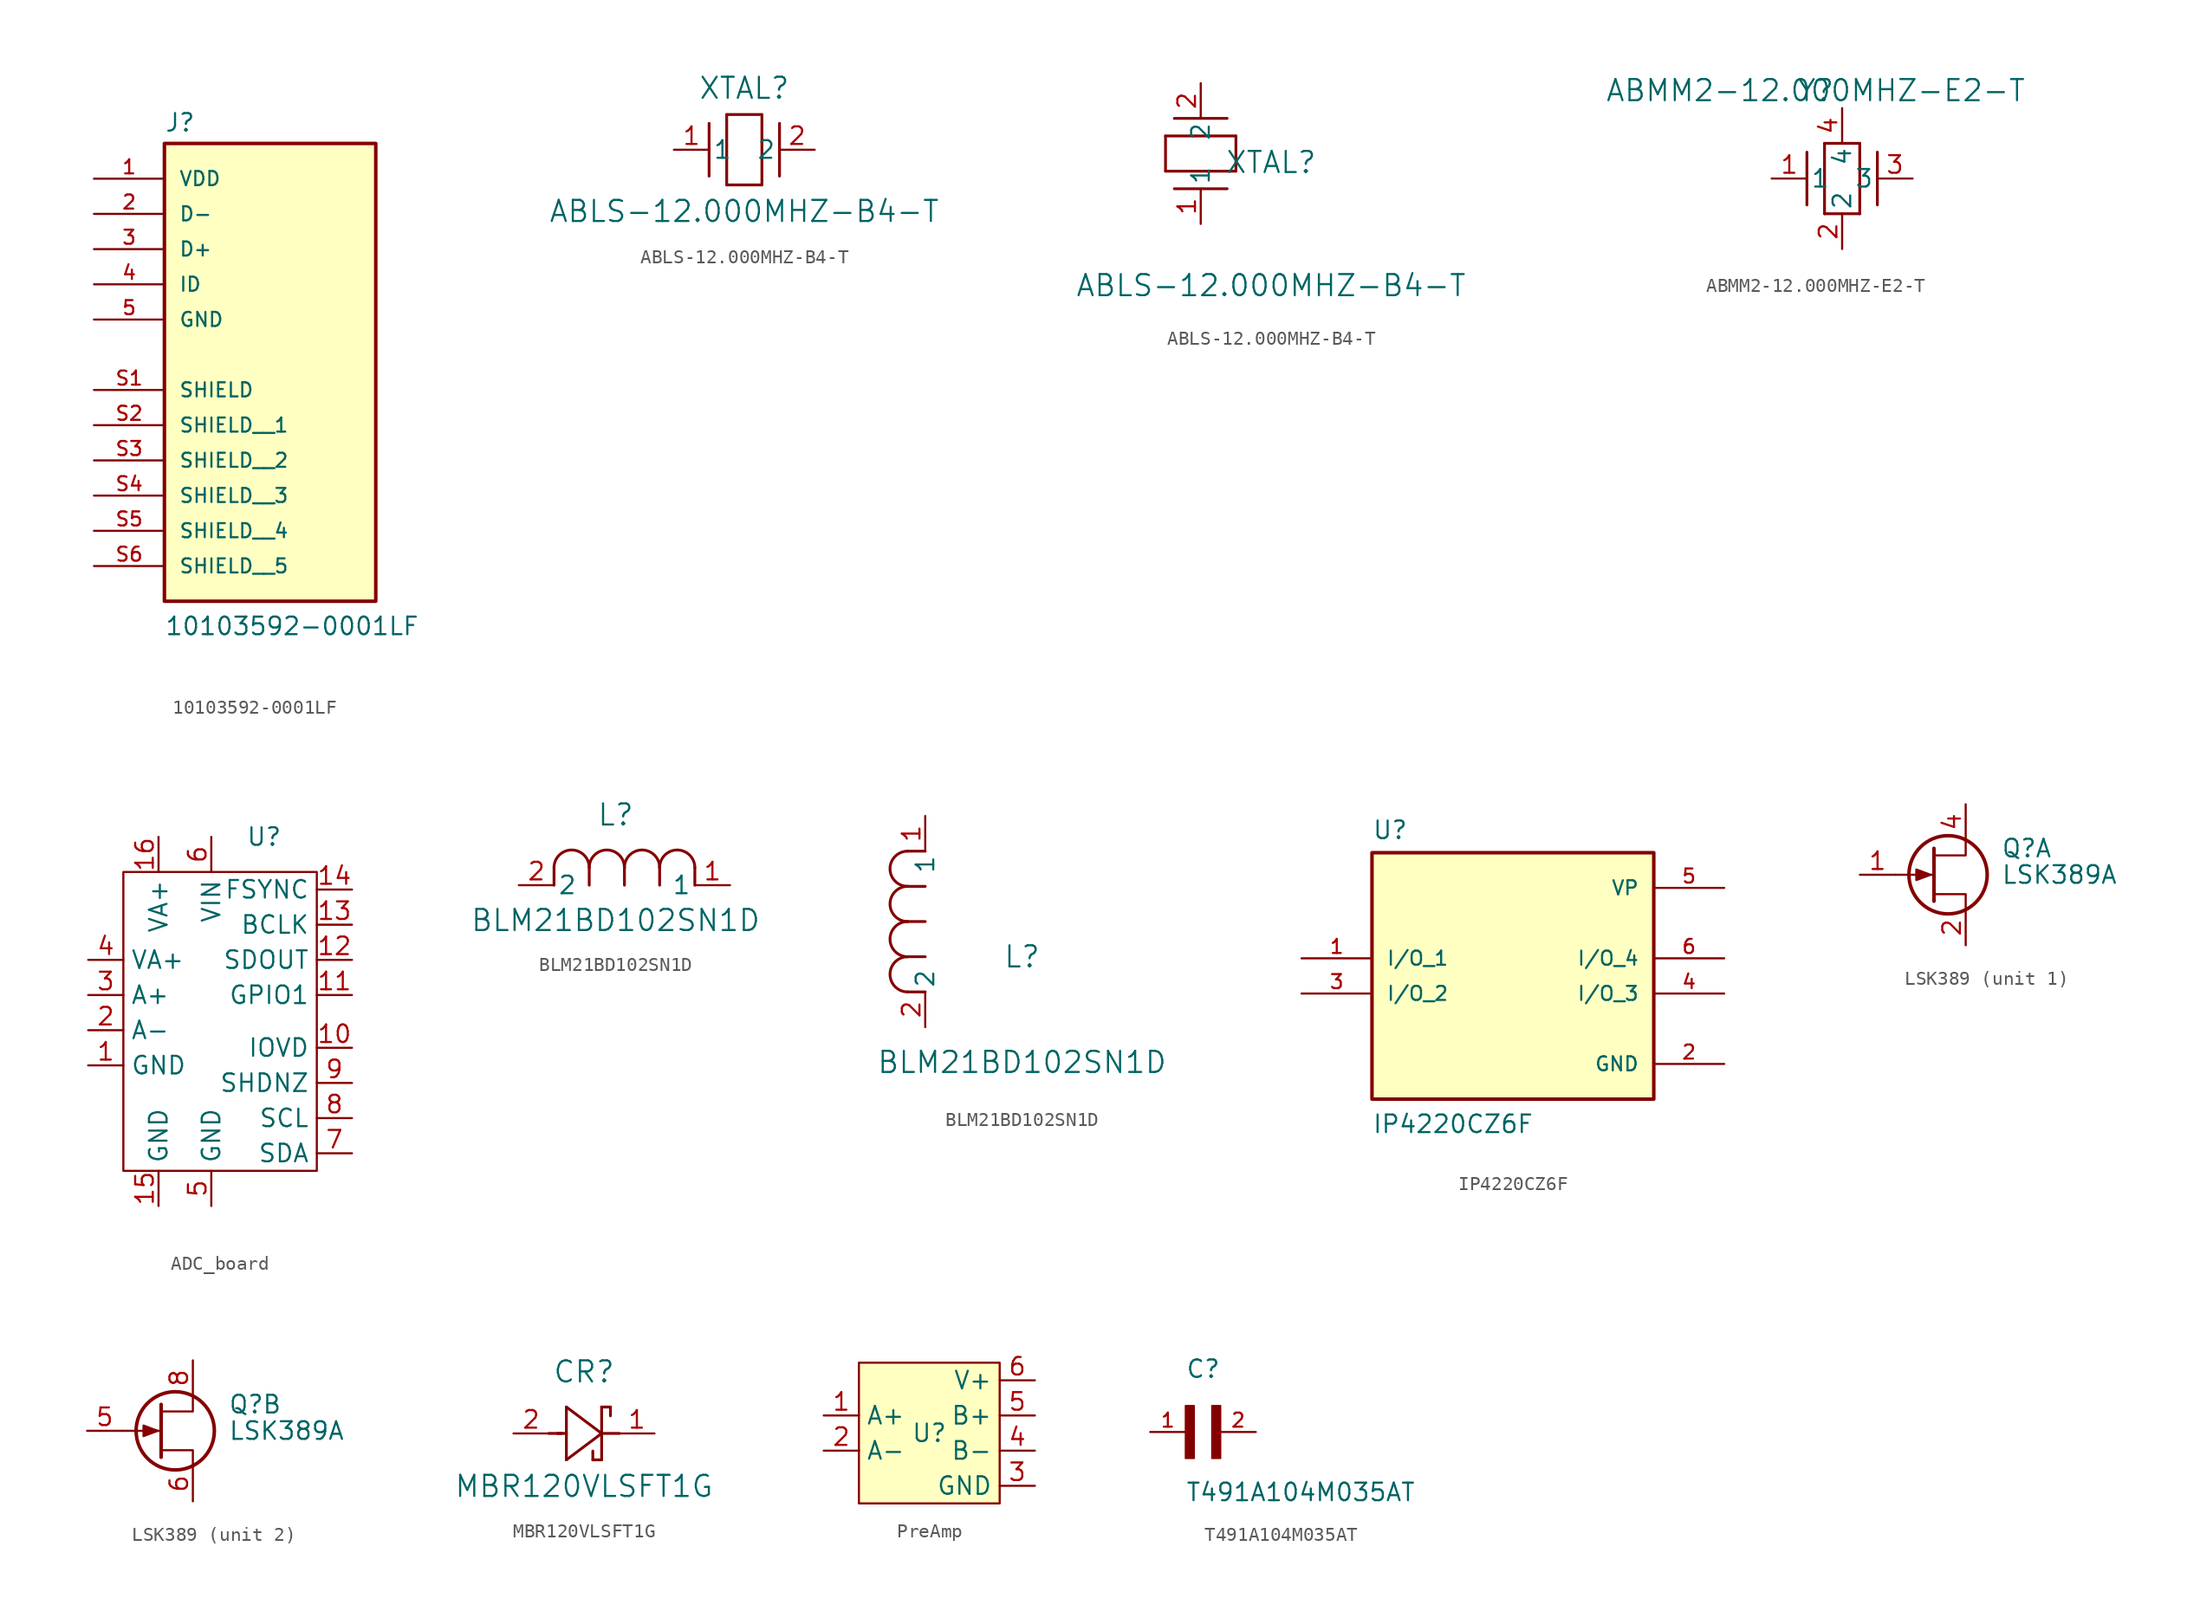
<source format=kicad_sym>
(kicad_symbol_lib
  (version 20220914)
  (generator kicad_symbol_editor)
  (symbol "10103592-0001LF"
    (pin_names
      (offset 1.016))
    (property "Reference" "J"
      (at -7.62 10.922 0)
      (effects (font (size 1.27 1.27)) (justify bottom left)))
    (property "Value" "10103592-0001LF"
      (at -7.62 -25.4 0)
      (effects (font (size 1.27 1.27)) (justify bottom left)))
    (symbol "10103592-0001LF_0_0"
      (rectangle (start -7.62 -22.86) (end 7.62 10.16) (stroke (width 0.254)) (fill (type background)))
      (pin power_in line (at -12.7 7.62 0) (length 5.08) (name "VDD" (effects (font (size 1.016 1.016)))) (number "1" (effects (font (size 1.016 1.016)))))
      (pin bidirectional line (at -12.7 5.08 0) (length 5.08) (name "D-" (effects (font (size 1.016 1.016)))) (number "2" (effects (font (size 1.016 1.016)))))
      (pin bidirectional line (at -12.7 2.54 0) (length 5.08) (name "D+" (effects (font (size 1.016 1.016)))) (number "3" (effects (font (size 1.016 1.016)))))
      (pin bidirectional line (at -12.7 0.0 0) (length 5.08) (name "ID" (effects (font (size 1.016 1.016)))) (number "4" (effects (font (size 1.016 1.016)))))
      (pin power_in line (at -12.7 -2.54 0) (length 5.08) (name "GND" (effects (font (size 1.016 1.016)))) (number "5" (effects (font (size 1.016 1.016)))))
      (pin power_in line (at -12.7 -7.62 0) (length 5.08) (name "SHIELD" (effects (font (size 1.016 1.016)))) (number "S1" (effects (font (size 1.016 1.016)))))
      (pin power_in line (at -12.7 -10.16 0) (length 5.08) (name "SHIELD__1" (effects (font (size 1.016 1.016)))) (number "S2" (effects (font (size 1.016 1.016)))))
      (pin power_in line (at -12.7 -12.7 0) (length 5.08) (name "SHIELD__2" (effects (font (size 1.016 1.016)))) (number "S3" (effects (font (size 1.016 1.016)))))
      (pin power_in line (at -12.7 -15.24 0) (length 5.08) (name "SHIELD__3" (effects (font (size 1.016 1.016)))) (number "S4" (effects (font (size 1.016 1.016)))))
      (pin power_in line (at -12.7 -17.78 0) (length 5.08) (name "SHIELD__4" (effects (font (size 1.016 1.016)))) (number "S5" (effects (font (size 1.016 1.016)))))
      (pin power_in line (at -12.7 -20.32 0) (length 5.08) (name "SHIELD__5" (effects (font (size 1.016 1.016)))) (number "S6" (effects (font (size 1.016 1.016)))))))
  (symbol "ABLS-12.000MHZ-B4-T"
    (pin_names
      (offset 0.254))
    (property "Reference" "XTAL"
      (at 5.08 4.445 0)
      (effects (font (size 1.524 1.524))))
    (property "Value" "ABLS-12.000MHZ-B4-T"
      (at 5.08 -4.445 0)
      (effects (font (size 1.524 1.524))))
    (symbol "ABLS-12.000MHZ-B4-T_1_1"
      (polyline (pts (xy 2.54 -1.905) (xy 2.54 1.905)) (stroke (width 0.203) (type default) (color 0 0 0 0)) (fill (type none)))
      (polyline (pts (xy 6.35 2.54) (xy 6.35 -2.54)) (stroke (width 0.203) (type default) (color 0 0 0 0)) (fill (type none)))
      (polyline (pts (xy 7.62 -1.905) (xy 7.62 1.905)) (stroke (width 0.203) (type default) (color 0 0 0 0)) (fill (type none)))
      (polyline (pts (xy 6.35 -2.54) (xy 3.81 -2.54)) (stroke (width 0.203) (type default) (color 0 0 0 0)) (fill (type none)))
      (polyline (pts (xy 3.81 2.54) (xy 6.35 2.54)) (stroke (width 0.203) (type default) (color 0 0 0 0)) (fill (type none)))
      (polyline (pts (xy 3.81 -2.54) (xy 3.81 2.54)) (stroke (width 0.203) (type default) (color 0 0 0 0)) (fill (type none)))
      (pin unspecified line (at 0 0 0) (length 2.54) (name "1" (effects (font (size 1.27 1.27)))) (number "1" (effects (font (size 1.27 1.27)))))
      (pin unspecified line (at 10.16 0 180) (length 2.54) (name "2" (effects (font (size 1.27 1.27)))) (number "2" (effects (font (size 1.27 1.27))))))
    (symbol "ABLS-12.000MHZ-B4-T_1_2"
      (polyline (pts (xy 1.905 7.62) (xy -1.905 7.62)) (stroke (width 0.203) (type default) (color 0 0 0 0)) (fill (type none)))
      (polyline (pts (xy -2.54 3.81) (xy -2.54 6.35)) (stroke (width 0.203) (type default) (color 0 0 0 0)) (fill (type none)))
      (polyline (pts (xy 1.905 2.54) (xy -1.905 2.54)) (stroke (width 0.203) (type default) (color 0 0 0 0)) (fill (type none)))
      (polyline (pts (xy 2.54 6.35) (xy 2.54 3.81)) (stroke (width 0.203) (type default) (color 0 0 0 0)) (fill (type none)))
      (polyline (pts (xy -2.54 6.35) (xy 2.54 6.35)) (stroke (width 0.203) (type default) (color 0 0 0 0)) (fill (type none)))
      (polyline (pts (xy 2.54 3.81) (xy -2.54 3.81)) (stroke (width 0.203) (type default) (color 0 0 0 0)) (fill (type none)))
      (pin unspecified line (at 0 0 90) (length 2.54) (name "1" (effects (font (size 1.27 1.27)))) (number "1" (effects (font (size 1.27 1.27)))))
      (pin unspecified line (at 0 10.16 270) (length 2.54) (name "2" (effects (font (size 1.27 1.27)))) (number "2" (effects (font (size 1.27 1.27)))))))
  (symbol "ABMM2-12.000MHZ-E2-T"
    (pin_names
      (offset 0.254))
    (property "Reference" "Y"
      (at 3.175 6.35 0)
      (effects (font (size 1.524 1.524))))
    (property "Value" "ABMM2-12.000MHZ-E2-T"
      (at 3.175 6.35 0)
      (effects (font (size 1.524 1.524))))
    (symbol "ABMM2-12.000MHZ-E2-T_0_1"
      (polyline (pts (xy 2.54 -1.905) (xy 2.54 1.905)) (stroke (width 0.203) (type default) (color 0 0 0 0)) (fill (type none)))
      (polyline (pts (xy 6.35 2.54) (xy 6.35 -2.54)) (stroke (width 0.203) (type default) (color 0 0 0 0)) (fill (type none)))
      (polyline (pts (xy 7.62 -1.905) (xy 7.62 1.905)) (stroke (width 0.203) (type default) (color 0 0 0 0)) (fill (type none)))
      (polyline (pts (xy 6.35 -2.54) (xy 3.81 -2.54)) (stroke (width 0.203) (type default) (color 0 0 0 0)) (fill (type none)))
      (polyline (pts (xy 3.81 2.54) (xy 6.35 2.54)) (stroke (width 0.203) (type default) (color 0 0 0 0)) (fill (type none)))
      (polyline (pts (xy 3.81 -2.54) (xy 3.81 2.54)) (stroke (width 0.203) (type default) (color 0 0 0 0)) (fill (type none)))
      (pin unspecified line (at 0 0 0) (length 2.54) (name "1" (effects (font (size 1.27 1.27)))) (number "1" (effects (font (size 1.27 1.27)))))
      (pin unspecified line (at 5.08 -5.08 90) (length 2.54) (name "2" (effects (font (size 1.27 1.27)))) (number "2" (effects (font (size 1.27 1.27)))))
      (pin unspecified line (at 10.16 0 180) (length 2.54) (name "3" (effects (font (size 1.27 1.27)))) (number "3" (effects (font (size 1.27 1.27)))))
      (pin unspecified line (at 5.08 5.08 270) (length 2.54) (name "4" (effects (font (size 1.27 1.27)))) (number "4" (effects (font (size 1.27 1.27)))))))
  (symbol "ADC_board"
    (property "Reference" "U"
      (at 3.81 12.7 0)
      (effects (font (size 1.27 1.27))))
    (property "Value" ""
      (at -1.27 1.27 0)
      (effects (font (size 1.27 1.27))))
    (symbol "ADC_board_0_1"
      (rectangle (start -6.35 10.16) (end 7.62 -11.43) (stroke (width 0) (type default)) (fill (type none))))
    (symbol "ADC_board_1_1"
      (pin passive line (at -8.89 -3.81 0) (length 2.54) (name "GND" (effects (font (size 1.27 1.27)))) (number "1" (effects (font (size 1.27 1.27)))))
      (pin input line (at 10.16 -2.54 180) (length 2.54) (name "IOVD" (effects (font (size 1.27 1.27)))) (number "10" (effects (font (size 1.27 1.27)))))
      (pin input line (at 10.16 1.27 180) (length 2.54) (name "GPIO1" (effects (font (size 1.27 1.27)))) (number "11" (effects (font (size 1.27 1.27)))))
      (pin output line (at 10.16 3.81 180) (length 2.54) (name "SDOUT" (effects (font (size 1.27 1.27)))) (number "12" (effects (font (size 1.27 1.27)))))
      (pin input line (at 10.16 6.35 180) (length 2.54) (name "BCLK" (effects (font (size 1.27 1.27)))) (number "13" (effects (font (size 1.27 1.27)))))
      (pin input line (at 10.16 8.89 180) (length 2.54) (name "FSYNC" (effects (font (size 1.27 1.27)))) (number "14" (effects (font (size 1.27 1.27)))))
      (pin passive line (at -3.81 -13.97 90) (length 2.54) (name "GND" (effects (font (size 1.27 1.27)))) (number "15" (effects (font (size 1.27 1.27)))))
      (pin input line (at -3.81 12.7 270) (length 2.54) (name "VA+" (effects (font (size 1.27 1.27)))) (number "16" (effects (font (size 1.27 1.27)))))
      (pin input line (at -8.89 -1.27 0) (length 2.54) (name "A-" (effects (font (size 1.27 1.27)))) (number "2" (effects (font (size 1.27 1.27)))))
      (pin input line (at -8.89 1.27 0) (length 2.54) (name "A+" (effects (font (size 1.27 1.27)))) (number "3" (effects (font (size 1.27 1.27)))))
      (pin input line (at -8.89 3.81 0) (length 2.54) (name "VA+" (effects (font (size 1.27 1.27)))) (number "4" (effects (font (size 1.27 1.27)))))
      (pin passive line (at 0 -13.97 90) (length 2.54) (name "GND" (effects (font (size 1.27 1.27)))) (number "5" (effects (font (size 1.27 1.27)))))
      (pin input line (at 0 12.7 270) (length 2.54) (name "VIN" (effects (font (size 1.27 1.27)))) (number "6" (effects (font (size 1.27 1.27)))))
      (pin input line (at 10.16 -10.16 180) (length 2.54) (name "SDA" (effects (font (size 1.27 1.27)))) (number "7" (effects (font (size 1.27 1.27)))))
      (pin input line (at 10.16 -7.62 180) (length 2.54) (name "SCL" (effects (font (size 1.27 1.27)))) (number "8" (effects (font (size 1.27 1.27)))))
      (pin input line (at 10.16 -5.08 180) (length 2.54) (name "SHDNZ" (effects (font (size 1.27 1.27)))) (number "9" (effects (font (size 1.27 1.27)))))))
  (symbol "BLM21BD102SN1D"
    (pin_names
      (offset 0.254))
    (property "Reference" "L"
      (at 6.985 5.08 0)
      (effects (font (size 1.524 1.524))))
    (property "Value" "BLM21BD102SN1D"
      (at 6.985 -2.54 0)
      (effects (font (size 1.524 1.524))))
    (symbol "BLM21BD102SN1D_1_1"
      (arc (start 7.62 1.27) (mid 6.35 2.54) (end 5.08 1.27) (stroke (width 0.2032) (type default) (color 0 0 0 0)) (fill (type none)))
      (polyline (pts (xy 5.08 0) (xy 5.08 1.27)) (stroke (width 0.203) (type default) (color 0 0 0 0)) (fill (type none)))
      (polyline (pts (xy 7.62 0) (xy 7.62 1.27)) (stroke (width 0.203) (type default) (color 0 0 0 0)) (fill (type none)))
      (polyline (pts (xy 12.7 0) (xy 12.7 1.27)) (stroke (width 0.203) (type default) (color 0 0 0 0)) (fill (type none)))
      (arc (start 5.08 1.27) (mid 3.81 2.54) (end 2.54 1.27) (stroke (width 0.2032) (type default) (color 0 0 0 0)) (fill (type none)))
      (arc (start 10.16 1.27) (mid 8.89 2.54) (end 7.62 1.27) (stroke (width 0.2032) (type default) (color 0 0 0 0)) (fill (type none)))
      (arc (start 12.7 1.27) (mid 11.43 2.54) (end 10.16 1.27) (stroke (width 0.2032) (type default) (color 0 0 0 0)) (fill (type none)))
      (polyline (pts (xy 2.54 0) (xy 2.54 1.27)) (stroke (width 0.203) (type default) (color 0 0 0 0)) (fill (type none)))
      (polyline (pts (xy 10.16 0) (xy 10.16 1.27)) (stroke (width 0.203) (type default) (color 0 0 0 0)) (fill (type none)))
      (pin unspecified line (at 0 0 0) (length 2.54) (name "2" (effects (font (size 1.27 1.27)))) (number "2" (effects (font (size 1.27 1.27)))))
      (pin unspecified line (at 15.24 0 180) (length 2.54) (name "1" (effects (font (size 1.27 1.27)))) (number "1" (effects (font (size 1.27 1.27))))))
    (symbol "BLM21BD102SN1D_1_2"
      (arc (start -1.27 7.62) (mid -2.54 6.35) (end -1.27 5.08) (stroke (width 0.2032) (type default) (color 0 0 0 0)) (fill (type none)))
      (arc (start -1.27 5.08) (mid -2.54 3.81) (end -1.27 2.54) (stroke (width 0.2032) (type default) (color 0 0 0 0)) (fill (type none)))
      (arc (start -1.27 12.7) (mid -2.54 11.43) (end -1.27 10.16) (stroke (width 0.2032) (type default) (color 0 0 0 0)) (fill (type none)))
      (arc (start -1.27 10.16) (mid -2.54 8.89) (end -1.27 7.62) (stroke (width 0.2032) (type default) (color 0 0 0 0)) (fill (type none)))
      (polyline (pts (xy 0 7.62) (xy -1.27 7.62)) (stroke (width 0.203) (type default) (color 0 0 0 0)) (fill (type none)))
      (polyline (pts (xy 0 5.08) (xy -1.27 5.08)) (stroke (width 0.203) (type default) (color 0 0 0 0)) (fill (type none)))
      (polyline (pts (xy 0 12.7) (xy -1.27 12.7)) (stroke (width 0.203) (type default) (color 0 0 0 0)) (fill (type none)))
      (polyline (pts (xy 0 2.54) (xy -1.27 2.54)) (stroke (width 0.203) (type default) (color 0 0 0 0)) (fill (type none)))
      (polyline (pts (xy 0 10.16) (xy -1.27 10.16)) (stroke (width 0.203) (type default) (color 0 0 0 0)) (fill (type none)))
      (pin unspecified line (at 0 0 90) (length 2.54) (name "2" (effects (font (size 1.27 1.27)))) (number "2" (effects (font (size 1.27 1.27)))))
      (pin unspecified line (at 0 15.24 270) (length 2.54) (name "1" (effects (font (size 1.27 1.27)))) (number "1" (effects (font (size 1.27 1.27)))))))
  (symbol "IP4220CZ6F"
    (pin_names
      (offset 1.016))
    (property "Reference" "U"
      (at -10.16 8.509 0)
      (effects (font (size 1.27 1.27)) (justify bottom left)))
    (property "Value" "IP4220CZ6F"
      (at -10.16 -12.7 0)
      (effects (font (size 1.27 1.27)) (justify bottom left)))
    (symbol "IP4220CZ6F_0_0"
      (rectangle (start -10.16 -10.16) (end 10.16 7.62) (stroke (width 0.254)) (fill (type background)))
      (pin bidirectional line (at -15.24 0.0 0) (length 5.08) (name "I/O_1" (effects (font (size 1.016 1.016)))) (number "1" (effects (font (size 1.016 1.016)))))
      (pin power_in line (at 15.24 -7.62 180.0) (length 5.08) (name "GND" (effects (font (size 1.016 1.016)))) (number "2" (effects (font (size 1.016 1.016)))))
      (pin bidirectional line (at -15.24 -2.54 0) (length 5.08) (name "I/O_2" (effects (font (size 1.016 1.016)))) (number "3" (effects (font (size 1.016 1.016)))))
      (pin bidirectional line (at 15.24 0.0 180.0) (length 5.08) (name "I/O_4" (effects (font (size 1.016 1.016)))) (number "6" (effects (font (size 1.016 1.016)))))
      (pin power_in line (at 15.24 5.08 180.0) (length 5.08) (name "VP" (effects (font (size 1.016 1.016)))) (number "5" (effects (font (size 1.016 1.016)))))
      (pin bidirectional line (at 15.24 -2.54 180.0) (length 5.08) (name "I/O_3" (effects (font (size 1.016 1.016)))) (number "4" (effects (font (size 1.016 1.016)))))))
  (symbol "LSK389"
    (pin_names hide)
    (property "Reference" "Q"
      (at 5.08 1.905 0)
      (effects (font (size 1.27 1.27)) (justify left)))
    (property "Value" "LSK389A"
      (at 5.08 0 0)
      (effects (font (size 1.27 1.27)) (justify left)))
    (property "ki_locked" ""
      (at 0 0 0)
      (effects (font (size 1.27 1.27))))
    (symbol "LSK389_0_1"
      (polyline (pts (xy 0.254 0) (xy -2.54 0)) (stroke (width 0) (type default)) (fill (type none)))
      (polyline (pts (xy 0.254 1.905) (xy 0.254 -1.905)) (stroke (width 0.254) (type default)) (fill (type none)))
      (polyline (pts (xy 2.54 -2.54) (xy 2.54 -1.397) (xy 0.254 -1.397)) (stroke (width 0) (type default)) (fill (type none)))
      (polyline (pts (xy 2.54 2.54) (xy 2.54 1.397) (xy 0.254 1.397)) (stroke (width 0) (type default)) (fill (type none)))
      (polyline (pts (xy 0 0) (xy -1.016 0.381) (xy -1.016 -0.381) (xy 0 0)) (stroke (width 0) (type default)) (fill (type outline)))
      (circle (center 1.27 0) (radius 2.819) (stroke (width 0.254) (type default)) (fill (type none))))
    (symbol "LSK389_1_1"
      (pin input line (at -5.08 0 0) (length 2.54) (name "G" (effects (font (size 1.27 1.27)))) (number "1" (effects (font (size 1.27 1.27)))))
      (pin passive line (at 2.54 -5.08 90) (length 2.54) (name "S" (effects (font (size 1.27 1.27)))) (number "2" (effects (font (size 1.27 1.27)))))
      (pin passive line (at 2.54 5.08 270) (length 2.54) (name "D" (effects (font (size 1.27 1.27)))) (number "4" (effects (font (size 1.27 1.27))))))
    (symbol "LSK389_2_1"
      (pin input line (at -5.08 0 0) (length 2.54) (name "G" (effects (font (size 1.27 1.27)))) (number "5" (effects (font (size 1.27 1.27)))))
      (pin passive line (at 2.54 -5.08 90) (length 2.54) (name "S" (effects (font (size 1.27 1.27)))) (number "6" (effects (font (size 1.27 1.27)))))
      (pin passive line (at 2.54 5.08 270) (length 2.54) (name "D" (effects (font (size 1.27 1.27)))) (number "8" (effects (font (size 1.27 1.27)))))))
  (symbol "MBR120VLSFT1G"
    (pin_names
      (offset 0.254))
    (property "Reference" "CR"
      (at 5.08 4.445 0)
      (effects (font (size 1.524 1.524))))
    (property "Value" "MBR120VLSFT1G"
      (at 5.08 -3.81 0)
      (effects (font (size 1.524 1.524))))
    (symbol "MBR120VLSFT1G_0_1"
      (polyline (pts (xy 2.54 0) (xy 3.48 0)) (stroke (width 0.203) (type default) (color 0 0 0 0)) (fill (type none)))
      (polyline (pts (xy 3.175 0) (xy 3.81 0)) (stroke (width 0.203) (type default) (color 0 0 0 0)) (fill (type none)))
      (polyline (pts (xy 3.81 -1.905) (xy 6.35 0)) (stroke (width 0.203) (type default) (color 0 0 0 0)) (fill (type none)))
      (polyline (pts (xy 6.35 -1.905) (xy 5.715 -1.905)) (stroke (width 0.203) (type default) (color 0 0 0 0)) (fill (type none)))
      (polyline (pts (xy 6.35 1.905) (xy 6.985 1.905)) (stroke (width 0.203) (type default) (color 0 0 0 0)) (fill (type none)))
      (polyline (pts (xy 3.81 1.905) (xy 3.81 -1.905)) (stroke (width 0.203) (type default) (color 0 0 0 0)) (fill (type none)))
      (polyline (pts (xy 6.35 -1.905) (xy 6.35 1.905)) (stroke (width 0.203) (type default) (color 0 0 0 0)) (fill (type none)))
      (polyline (pts (xy 6.35 0) (xy 3.81 1.905)) (stroke (width 0.203) (type default) (color 0 0 0 0)) (fill (type none)))
      (polyline (pts (xy 6.35 0) (xy 7.62 0)) (stroke (width 0.203) (type default) (color 0 0 0 0)) (fill (type none)))
      (polyline (pts (xy 6.985 1.905) (xy 6.985 1.27)) (stroke (width 0.203) (type default) (color 0 0 0 0)) (fill (type none)))
      (polyline (pts (xy 5.715 -1.905) (xy 5.715 -1.27)) (stroke (width 0.203) (type default) (color 0 0 0 0)) (fill (type none)))
      (pin unspecified line (at 0 0 0) (length 2.54) (name "" (effects (font (size 1.27 1.27)))) (number "2" (effects (font (size 1.27 1.27)))))
      (pin unspecified line (at 10.16 0 180) (length 2.54) (name "" (effects (font (size 1.27 1.27)))) (number "1" (effects (font (size 1.27 1.27)))))))
  (symbol "PreAmp"
    (property "Reference" "U"
      (at 0 0 0)
      (effects (font (size 1.27 1.27))))
    (property "Value" ""
      (at 0 0 0)
      (effects (font (size 1.27 1.27))))
    (symbol "PreAmp_1_1"
      (rectangle (start -5.08 5.08) (end 5.08 -5.08) (stroke (width 0) (type default)) (fill (type background)))
      (pin input line (at -7.62 1.27 0) (length 2.54) (name "A+" (effects (font (size 1.27 1.27)))) (number "1" (effects (font (size 1.27 1.27)))))
      (pin input line (at -7.62 -1.27 0) (length 2.54) (name "A-" (effects (font (size 1.27 1.27)))) (number "2" (effects (font (size 1.27 1.27)))))
      (pin input line (at 7.62 -3.81 180) (length 2.54) (name "GND" (effects (font (size 1.27 1.27)))) (number "3" (effects (font (size 1.27 1.27)))))
      (pin input line (at 7.62 -1.27 180) (length 2.54) (name "B-" (effects (font (size 1.27 1.27)))) (number "4" (effects (font (size 1.27 1.27)))))
      (pin input line (at 7.62 1.27 180) (length 2.54) (name "B+" (effects (font (size 1.27 1.27)))) (number "5" (effects (font (size 1.27 1.27)))))
      (pin input line (at 7.62 3.81 180) (length 2.54) (name "V+" (effects (font (size 1.27 1.27)))) (number "6" (effects (font (size 1.27 1.27)))))))
  (symbol "T491A104M035AT"
    (pin_names
      (offset 1.016))
    (property "Reference" "C"
      (at 0.0 3.811 0)
      (effects (font (size 1.27 1.27)) (justify bottom left)))
    (property "Value" "T491A104M035AT"
      (at 0.0 -5.088 0)
      (effects (font (size 1.27 1.27)) (justify bottom left)))
    (symbol "T491A104M035AT_0_0"
      (rectangle (start 0.0 -1.907) (end 0.635 1.905) (stroke (width 0.1)) (fill (type outline)))
      (rectangle (start 1.907 -1.907) (end 2.54 1.905) (stroke (width 0.1)) (fill (type outline)))
      (pin passive line (at 5.08 0.0 180.0) (length 2.54) (name "~" (effects (font (size 1.016 1.016)))) (number "2" (effects (font (size 1.016 1.016)))))
      (pin passive line (at -2.54 0.0 0) (length 2.54) (name "~" (effects (font (size 1.016 1.016)))) (number "1" (effects (font (size 1.016 1.016))))))))
</source>
